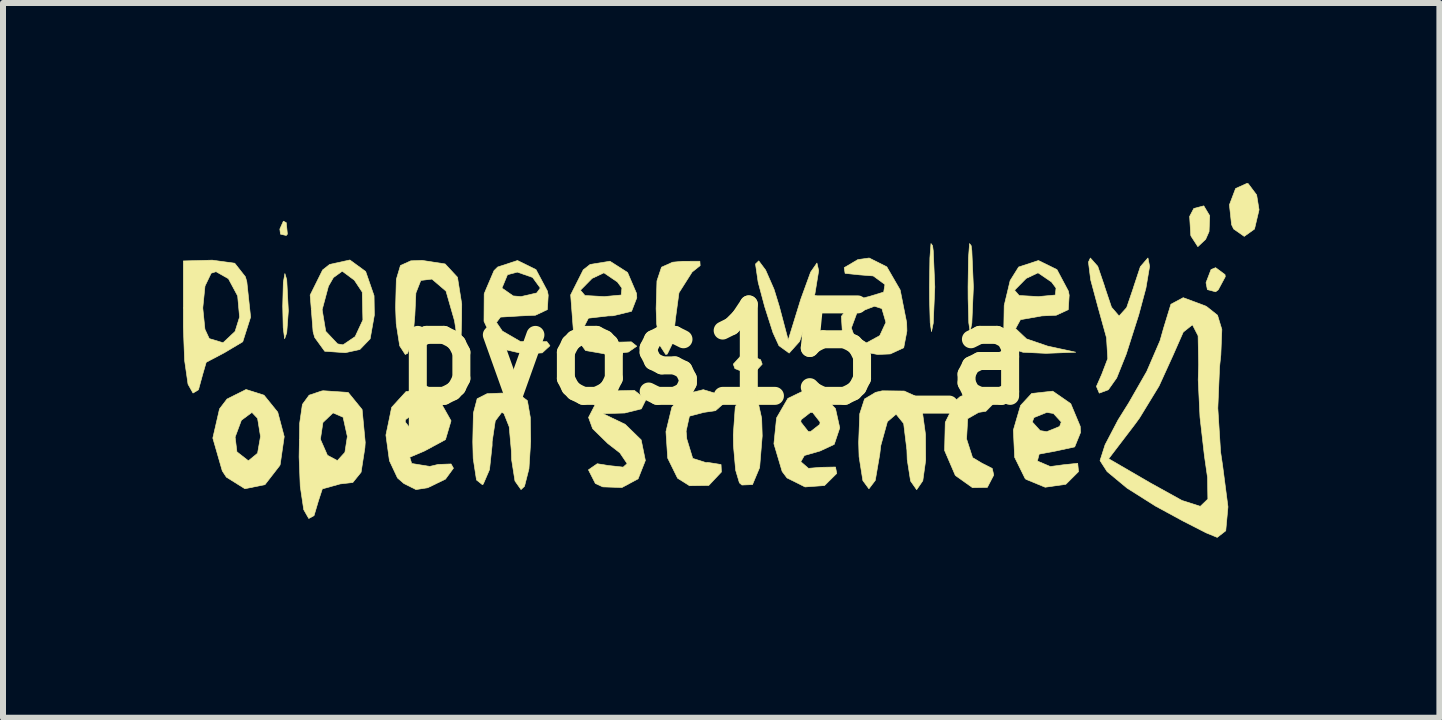
<source format=kicad_pcb>
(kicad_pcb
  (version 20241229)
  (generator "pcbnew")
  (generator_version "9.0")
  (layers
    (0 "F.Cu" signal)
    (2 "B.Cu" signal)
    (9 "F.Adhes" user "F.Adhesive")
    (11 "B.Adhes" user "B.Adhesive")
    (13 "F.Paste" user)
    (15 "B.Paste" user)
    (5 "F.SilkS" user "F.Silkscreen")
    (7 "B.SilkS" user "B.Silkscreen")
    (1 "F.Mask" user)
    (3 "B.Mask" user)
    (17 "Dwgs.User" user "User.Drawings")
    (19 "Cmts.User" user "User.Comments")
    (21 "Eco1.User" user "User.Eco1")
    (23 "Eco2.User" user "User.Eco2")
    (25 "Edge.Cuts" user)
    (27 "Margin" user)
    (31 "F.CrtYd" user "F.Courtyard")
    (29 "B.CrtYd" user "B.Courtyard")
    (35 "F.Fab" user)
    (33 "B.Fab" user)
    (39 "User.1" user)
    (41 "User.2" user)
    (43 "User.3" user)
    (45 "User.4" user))
  (footprint "pvos15_a"
    (layer "F.Cu")
    (at 8.847 2.857)
    (property "Reference" "pvos15_a" (at 0 0 0) (layer "F.SilkS") (effects (font (size 1.524 1.524) (thickness 0.3))))
    (attr through_hole)
    (fp_poly (pts (xy -7.127 -2.197) (xy -7.108 -2.006) (xy -7.127 -1.983) (xy -7.223 -2.005) (xy -7.234 -2.09) (xy -7.175 -2.222) (xy -7.127 -2.197)) (stroke (width 0.01) (type solid)) (fill yes) (layer "F.SilkS"))
    (fp_poly (pts (xy -7.119 -1.246) (xy -7.092 -0.727) (xy -7.119 -0.362) (xy -7.154 -0.262) (xy -7.178 -0.445) (xy -7.186 -0.804) (xy -7.176 -1.201) (xy -7.15 -1.349) (xy -7.119 -1.246)) (stroke (width 0.01) (type solid)) (fill yes) (layer "F.SilkS"))
    (fp_poly (pts (xy 0.777 0.087) (xy 0.804 0.161) (xy 0.674 0.303) (xy 0.563 0.322) (xy 0.349 0.235) (xy 0.322 0.161) (xy 0.452 0.018) (xy 0.563 0) (xy 0.777 0.087)) (stroke (width 0.01) (type solid)) (fill yes) (layer "F.SilkS"))
    (fp_poly (pts (xy 8.516 -1.331) (xy 8.52 -1.296) (xy 8.403 -1.078) (xy 8.359 -1.045) (xy 8.222 -1.081) (xy 8.199 -1.196) (xy 8.283 -1.416) (xy 8.359 -1.447) (xy 8.516 -1.331)) (stroke (width 0.01) (type solid)) (fill yes) (layer "F.SilkS"))
    (fp_poly (pts (xy 8.261 -2.312) (xy 8.25 -2.048) (xy 8.193 -1.919) (xy 8.063 -1.797) (xy 7.951 -1.97) (xy 7.945 -1.985) (xy 7.926 -2.301) (xy 7.995 -2.433) (xy 8.162 -2.477) (xy 8.261 -2.312)) (stroke (width 0.01) (type solid)) (fill yes) (layer "F.SilkS"))
    (fp_poly (pts (xy 3.643 -1.813) (xy 3.654 -1.728) (xy 3.68 -1.125) (xy 3.654 -0.522) (xy 3.625 -0.381) (xy 3.603 -0.528) (xy 3.592 -0.929) (xy 3.591 -1.125) (xy 3.598 -1.608) (xy 3.616 -1.849) (xy 3.643 -1.813)) (stroke (width 0.01) (type solid)) (fill yes) (layer "F.SilkS"))
    (fp_poly (pts (xy 4.286 -1.813) (xy 4.297 -1.728) (xy 4.323 -1.125) (xy 4.297 -0.522) (xy 4.268 -0.381) (xy 4.246 -0.528) (xy 4.235 -0.929) (xy 4.234 -1.125) (xy 4.241 -1.608) (xy 4.259 -1.849) (xy 4.286 -1.813)) (stroke (width 0.01) (type solid)) (fill yes) (layer "F.SilkS"))
    (fp_poly (pts (xy 8.902 -2.847) (xy 9.043 -2.659) (xy 9.083 -2.411) (xy 9.007 -2.09) (xy 8.836 -1.968) (xy 8.66 -2.091) (xy 8.625 -2.163) (xy 8.589 -2.494) (xy 8.692 -2.766) (xy 8.883 -2.852) (xy 8.902 -2.847)) (stroke (width 0.01) (type solid)) (fill yes) (layer "F.SilkS"))
    (fp_poly (pts (xy 0.723 0.739) (xy 0.795 1.064) (xy 0.804 1.357) (xy 0.761 1.884) (xy 0.642 2.168) (xy 0.466 2.175) (xy 0.424 2.139) (xy 0.361 1.928) (xy 0.325 1.52) (xy 0.322 1.34) (xy 0.355 0.873) (xy 0.47 0.666) (xy 0.563 0.643) (xy 0.723 0.739)) (stroke (width 0.01) (type solid)) (fill yes) (layer "F.SilkS"))
    (fp_poly (pts (xy -0.23 -1.481) (xy -0.364 -1.374) (xy -0.583 -1.029) (xy -0.643 -0.585) (xy -0.682 -0.204) (xy -0.778 -0.007) (xy -0.804 0) (xy -0.897 -0.144) (xy -0.955 -0.511) (xy -0.964 -0.764) (xy -0.95 -1.226) (xy -0.874 -1.455) (xy -0.689 -1.538) (xy -0.525 -1.553) (xy -0.235 -1.554) (xy -0.23 -1.481)) (stroke (width 0.01) (type solid)) (fill yes) (layer "F.SilkS"))
    (fp_poly (pts (xy 0.861 -1.406) (xy 1.001 -1.087) (xy 1.088 -0.804) (xy 1.237 -0.241) (xy 1.448 -0.925) (xy 1.611 -1.373) (xy 1.716 -1.524) (xy 1.745 -1.397) (xy 1.683 -1.016) (xy 1.609 -0.728) (xy 1.426 -0.216) (xy 1.253 -0.023) (xy 1.083 -0.146) (xy 0.984 -0.362) (xy 0.846 -0.794) (xy 0.736 -1.206) (xy 0.692 -1.508) (xy 0.746 -1.56) (xy 0.861 -1.406)) (stroke (width 0.01) (type solid)) (fill yes) (layer "F.SilkS"))
    (fp_poly (pts (xy 4.628 0.671) (xy 4.662 0.813) (xy 4.531 0.946) (xy 4.41 0.965) (xy 4.228 1.069) (xy 4.209 1.407) (xy 4.309 1.718) (xy 4.461 1.809) (xy 4.637 1.899) (xy 4.662 2.009) (xy 4.555 2.215) (xy 4.308 2.219) (xy 4.029 2.021) (xy 4.019 2.009) (xy 3.843 1.6) (xy 3.854 1.131) (xy 4.041 0.754) (xy 4.103 0.701) (xy 4.421 0.571) (xy 4.628 0.671)) (stroke (width 0.01) (type solid)) (fill yes) (layer "F.SilkS"))
    (fp_poly (pts (xy 0.089 0.668) (xy 0.161 0.817) (xy 0.026 0.936) (xy -0.171 0.965) (xy -0.409 1.028) (xy -0.464 1.277) (xy -0.453 1.407) (xy -0.354 1.731) (xy -0.132 1.802) (xy -0.104 1.798) (xy 0.118 1.834) (xy 0.124 1.958) (xy -0.087 2.182) (xy -0.407 2.187) (xy -0.606 2.062) (xy -0.771 1.727) (xy -0.8 1.285) (xy -0.702 0.88) (xy -0.522 0.67) (xy -0.177 0.586) (xy 0.089 0.668)) (stroke (width 0.01) (type solid)) (fill yes) (layer "F.SilkS"))
    (fp_poly (pts (xy -4.48 -1.509) (xy -4.274 -1.287) (xy -4.203 -0.841) (xy -4.205 -0.563) (xy -4.225 0.08) (xy -4.323 -0.561) (xy -4.465 -1.056) (xy -4.699 -1.256) (xy -4.702 -1.256) (xy -4.885 -1.234) (xy -4.967 -1.025) (xy -4.984 -0.655) (xy -5.019 -0.248) (xy -5.106 -0.019) (xy -5.144 0) (xy -5.237 -0.144) (xy -5.295 -0.513) (xy -5.305 -0.784) (xy -5.293 -1.252) (xy -5.224 -1.483) (xy -5.051 -1.561) (xy -4.863 -1.568) (xy -4.48 -1.509)) (stroke (width 0.01) (type solid)) (fill yes) (layer "F.SilkS"))
    (fp_poly (pts (xy -1.133 0.751) (xy -1.21 0.906) (xy -1.487 0.975) (xy -1.849 0.986) (xy -1.479 1.164) (xy -1.213 1.423) (xy -1.143 1.766) (xy -1.264 2.072) (xy -1.534 2.217) (xy -1.853 2.206) (xy -1.976 2.15) (xy -2.092 1.922) (xy -1.945 1.82) (xy -1.768 1.849) (xy -1.513 1.877) (xy -1.447 1.818) (xy -1.568 1.639) (xy -1.768 1.484) (xy -2.022 1.236) (xy -2.09 1.049) (xy -1.954 0.785) (xy -1.647 0.606) (xy -1.326 0.598) (xy -1.133 0.751)) (stroke (width 0.01) (type solid)) (fill yes) (layer "F.SilkS"))
    (fp_poly (pts (xy -7.498 0.678) (xy -7.269 0.961) (xy -7.161 1.368) (xy -7.228 1.832) (xy -7.234 1.849) (xy -7.482 2.169) (xy -7.816 2.237) (xy -8.125 2.044) (xy -8.193 1.94) (xy -8.351 1.392) (xy -8.347 1.376) (xy -7.979 1.376) (xy -7.949 1.622) (xy -7.758 1.771) (xy -7.605 1.645) (xy -7.556 1.366) (xy -7.605 1.064) (xy -7.699 0.965) (xy -7.875 1.096) (xy -7.979 1.376) (xy -8.347 1.376) (xy -8.239 0.906) (xy -8.114 0.742) (xy -7.797 0.583) (xy -7.498 0.678)) (stroke (width 0.01) (type solid)) (fill yes) (layer "F.SilkS"))
    (fp_poly (pts (xy 3.171 0.609) (xy 3.368 0.699) (xy 3.471 0.941) (xy 3.525 1.334) (xy 3.528 1.76) (xy 3.48 2.104) (xy 3.379 2.251) (xy 3.376 2.251) (xy 3.276 2.108) (xy 3.22 1.75) (xy 3.215 1.594) (xy 3.161 1.15) (xy 3.035 0.995) (xy 2.89 1.119) (xy 2.78 1.516) (xy 2.763 1.66) (xy 2.688 2.098) (xy 2.582 2.238) (xy 2.481 2.101) (xy 2.418 1.704) (xy 2.411 1.466) (xy 2.429 0.988) (xy 2.509 0.741) (xy 2.693 0.631) (xy 2.805 0.605) (xy 3.171 0.609)) (stroke (width 0.01) (type solid)) (fill yes) (layer "F.SilkS"))
    (fp_poly (pts (xy -3.251 0.661) (xy -3.109 0.769) (xy -3.06 1.05) (xy -3.054 1.447) (xy -3.083 1.905) (xy -3.157 2.196) (xy -3.215 2.251) (xy -3.316 2.108) (xy -3.372 1.752) (xy -3.376 1.608) (xy -3.412 1.205) (xy -3.501 0.981) (xy -3.537 0.965) (xy -3.644 1.106) (xy -3.696 1.452) (xy -3.697 1.518) (xy -3.74 1.918) (xy -3.844 2.159) (xy -3.858 2.17) (xy -3.957 2.091) (xy -4.012 1.732) (xy -4.019 1.456) (xy -4.009 0.977) (xy -3.946 0.737) (xy -3.78 0.653) (xy -3.537 0.643) (xy -3.251 0.661)) (stroke (width 0.01) (type solid)) (fill yes) (layer "F.SilkS"))
    (fp_poly (pts (xy -5.804 -1.383) (xy -5.664 -0.979) (xy -5.659 -0.657) (xy -5.729 -0.261) (xy -5.901 -0.083) (xy -6.143 -0.03) (xy -6.486 -0.054) (xy -6.653 -0.284) (xy -6.68 -0.379) (xy -6.709 -0.746) (xy -6.529 -0.746) (xy -6.469 -0.386) (xy -6.272 -0.177) (xy -6.181 -0.161) (xy -5.979 -0.298) (xy -5.85 -0.576) (xy -5.861 -1.04) (xy -5.992 -1.238) (xy -6.194 -1.388) (xy -6.341 -1.282) (xy -6.424 -1.138) (xy -6.529 -0.746) (xy -6.709 -0.746) (xy -6.729 -0.99) (xy -6.521 -1.409) (xy -6.404 -1.501) (xy -6.067 -1.575) (xy -5.804 -1.383)) (stroke (width 0.01) (type solid)) (fill yes) (layer "F.SilkS"))
    (fp_poly (pts (xy 7.259 -1.469) (xy 7.198 -1.107) (xy 7.078 -0.66) (xy 6.87 -0.007) (xy 6.711 0.39) (xy 6.571 0.588) (xy 6.424 0.643) (xy 6.42 0.643) (xy 6.373 0.532) (xy 6.462 0.33) (xy 6.562 0.068) (xy 6.541 -0.279) (xy 6.398 -0.795) (xy 6.277 -1.245) (xy 6.24 -1.54) (xy 6.272 -1.608) (xy 6.395 -1.469) (xy 6.509 -1.135) (xy 6.511 -1.125) (xy 6.624 -0.788) (xy 6.749 -0.643) (xy 6.752 -0.643) (xy 6.877 -0.782) (xy 6.991 -1.116) (xy 6.993 -1.125) (xy 7.105 -1.463) (xy 7.229 -1.607) (xy 7.232 -1.608) (xy 7.259 -1.469)) (stroke (width 0.01) (type solid)) (fill yes) (layer "F.SilkS"))
    (fp_poly (pts (xy -7.986 -1.521) (xy -7.808 -1.295) (xy -7.784 -1.211) (xy -7.721 -0.623) (xy -7.852 -0.212) (xy -8.159 -0.029) (xy -8.461 0.13) (xy -8.52 0.333) (xy -8.59 0.588) (xy -8.681 0.643) (xy -8.764 0.495) (xy -8.821 0.098) (xy -8.842 -0.458) (xy -8.842 -0.775) (xy -8.518 -0.775) (xy -8.482 -0.42) (xy -8.41 -0.265) (xy -8.18 -0.196) (xy -7.98 -0.384) (xy -7.905 -0.624) (xy -7.937 -0.976) (xy -8.091 -1.263) (xy -8.297 -1.38) (xy -8.378 -1.355) (xy -8.481 -1.141) (xy -8.518 -0.775) (xy -8.842 -0.775) (xy -8.842 -1.559) (xy -8.36 -1.572) (xy -7.986 -1.521)) (stroke (width 0.01) (type solid)) (fill yes) (layer "F.SilkS"))
    (fp_poly (pts (xy -6.095 0.632) (xy -5.863 0.917) (xy -5.811 1.465) (xy -5.817 1.556) (xy -5.88 1.962) (xy -6.018 2.133) (xy -6.229 2.157) (xy -6.526 2.24) (xy -6.591 2.439) (xy -6.664 2.685) (xy -6.752 2.733) (xy -6.836 2.586) (xy -6.894 2.196) (xy -6.913 1.707) (xy -6.908 1.413) (xy -6.558 1.413) (xy -6.441 1.679) (xy -6.275 1.768) (xy -6.15 1.631) (xy -6.109 1.366) (xy -6.18 1.045) (xy -6.348 0.973) (xy -6.516 1.133) (xy -6.558 1.413) (xy -6.908 1.413) (xy -6.904 1.148) (xy -6.858 0.831) (xy -6.746 0.678) (xy -6.54 0.609) (xy -6.512 0.604) (xy -6.095 0.632)) (stroke (width 0.01) (type solid)) (fill yes) (layer "F.SilkS"))
    (fp_poly (pts (xy 1.789 0.654) (xy 2.025 0.902) (xy 2.096 1.223) (xy 2.004 1.498) (xy 1.768 1.608) (xy 1.507 1.683) (xy 1.447 1.787) (xy 1.575 1.897) (xy 1.778 1.88) (xy 2.025 1.875) (xy 2.046 1.982) (xy 1.842 2.184) (xy 1.518 2.207) (xy 1.217 2.057) (xy 1.136 1.949) (xy 0.999 1.488) (xy 1.036 1.125) (xy 1.447 1.125) (xy 1.569 1.281) (xy 1.608 1.286) (xy 1.764 1.164) (xy 1.768 1.125) (xy 1.646 0.969) (xy 1.608 0.965) (xy 1.452 1.087) (xy 1.447 1.125) (xy 1.036 1.125) (xy 1.043 1.057) (xy 1.231 0.732) (xy 1.522 0.591) (xy 1.789 0.654)) (stroke (width 0.01) (type solid)) (fill yes) (layer "F.SilkS"))
    (fp_poly (pts (xy 5.715 -1.415) (xy 5.906 -1.056) (xy 5.919 -0.988) (xy 5.904 -0.747) (xy 5.703 -0.654) (xy 5.464 -0.643) (xy 5.107 -0.58) (xy 5.026 -0.432) (xy 5.208 -0.26) (xy 5.559 -0.14) (xy 6.028 -0.038) (xy 5.533 -0.019) (xy 5.15 -0.037) (xy 4.93 -0.107) (xy 4.829 -0.391) (xy 4.836 -0.817) (xy 4.897 -1.071) (xy 5.009 -1.071) (xy 5.085 -0.983) (xy 5.405 -0.965) (xy 5.688 -0.991) (xy 5.7 -1.107) (xy 5.625 -1.208) (xy 5.4 -1.361) (xy 5.203 -1.268) (xy 5.009 -1.071) (xy 4.897 -1.071) (xy 4.935 -1.231) (xy 5.077 -1.458) (xy 5.407 -1.566) (xy 5.715 -1.415)) (stroke (width 0.01) (type solid)) (fill yes) (layer "F.SilkS"))
    (fp_poly (pts (xy 2.88 -1.461) (xy 3.103 -1.075) (xy 3.211 -0.531) (xy 3.215 -0.391) (xy 3.162 -0.112) (xy 2.938 -0.009) (xy 2.728 0) (xy 2.334 -0.075) (xy 2.148 -0.241) (xy 2.135 -0.442) (xy 2.289 -0.442) (xy 2.336 -0.313) (xy 2.542 -0.194) (xy 2.763 -0.315) (xy 2.865 -0.536) (xy 2.798 -0.765) (xy 2.674 -0.804) (xy 2.382 -0.693) (xy 2.289 -0.442) (xy 2.135 -0.442) (xy 2.123 -0.636) (xy 2.334 -0.904) (xy 2.581 -0.965) (xy 2.828 -1.04) (xy 2.849 -1.166) (xy 2.654 -1.309) (xy 2.425 -1.327) (xy 2.185 -1.352) (xy 2.17 -1.447) (xy 2.397 -1.581) (xy 2.586 -1.608) (xy 2.88 -1.461)) (stroke (width 0.01) (type solid)) (fill yes) (layer "F.SilkS"))
    (fp_poly (pts (xy 5.945 0.819) (xy 6.103 1.197) (xy 6.109 1.298) (xy 6.011 1.54) (xy 5.697 1.608) (xy 5.419 1.66) (xy 5.389 1.775) (xy 5.605 1.867) (xy 5.82 1.838) (xy 6.061 1.813) (xy 6.075 1.952) (xy 5.863 2.163) (xy 5.519 2.212) (xy 5.199 2.08) (xy 5.183 2.064) (xy 5.01 1.713) (xy 4.989 1.26) (xy 5.028 1.125) (xy 5.305 1.125) (xy 5.435 1.268) (xy 5.546 1.286) (xy 5.76 1.199) (xy 5.787 1.125) (xy 5.657 0.983) (xy 5.546 0.965) (xy 5.332 1.051) (xy 5.305 1.125) (xy 5.028 1.125) (xy 5.109 0.849) (xy 5.294 0.649) (xy 5.645 0.611) (xy 5.945 0.819)) (stroke (width 0.01) (type solid)) (fill yes) (layer "F.SilkS"))
    (fp_poly (pts (xy -4.585 0.743) (xy -4.381 1.105) (xy -4.474 1.419) (xy -4.822 1.607) (xy -5.069 1.712) (xy -5.037 1.816) (xy -4.737 1.865) (xy -4.596 1.832) (xy -4.381 1.824) (xy -4.341 1.895) (xy -4.474 2.077) (xy -4.769 2.22) (xy -4.965 2.251) (xy -5.166 2.151) (xy -5.273 2.058) (xy -5.408 1.77) (xy -5.466 1.347) (xy -5.466 1.34) (xy -5.421 1.125) (xy -5.144 1.125) (xy -5.022 1.281) (xy -4.984 1.286) (xy -4.827 1.164) (xy -4.823 1.125) (xy -4.945 0.969) (xy -4.984 0.965) (xy -5.14 1.087) (xy -5.144 1.125) (xy -5.421 1.125) (xy -5.371 0.881) (xy -5.13 0.617) (xy -4.813 0.594) (xy -4.585 0.743)) (stroke (width 0.01) (type solid)) (fill yes) (layer "F.SilkS"))
    (fp_poly (pts (xy -2.966 -1.415) (xy -2.775 -1.056) (xy -2.762 -0.988) (xy -2.776 -0.748) (xy -2.975 -0.654) (xy -3.224 -0.643) (xy -3.558 -0.623) (xy -3.624 -0.534) (xy -3.527 -0.391) (xy -3.225 -0.216) (xy -3.025 -0.215) (xy -2.785 -0.215) (xy -2.733 -0.146) (xy -2.862 -0.027) (xy -3.158 -0.008) (xy -3.484 -0.082) (xy -3.665 -0.193) (xy -3.832 -0.553) (xy -3.829 -1.011) (xy -3.789 -1.107) (xy -3.533 -1.107) (xy -3.345 -0.976) (xy -3.215 -0.965) (xy -2.954 -1.025) (xy -2.894 -1.108) (xy -3.022 -1.284) (xy -3.277 -1.373) (xy -3.441 -1.329) (xy -3.533 -1.107) (xy -3.789 -1.107) (xy -3.665 -1.397) (xy -3.604 -1.458) (xy -3.274 -1.566) (xy -2.966 -1.415)) (stroke (width 0.01) (type solid)) (fill yes) (layer "F.SilkS"))
    (fp_poly (pts (xy -1.44 -1.367) (xy -1.29 -1.017) (xy -1.286 -0.945) (xy -1.373 -0.72) (xy -1.681 -0.645) (xy -1.763 -0.643) (xy -2.092 -0.605) (xy -2.165 -0.463) (xy -2.142 -0.388) (xy -1.917 -0.199) (xy -1.665 -0.204) (xy -1.377 -0.211) (xy -1.286 -0.138) (xy -1.426 -0.041) (xy -1.762 -0.000003) (xy -1.765 0) (xy -2.14 -0.066) (xy -2.32 -0.311) (xy -2.342 -0.389) (xy -2.388 -0.993) (xy -2.349 -1.071) (xy -2.225 -1.071) (xy -2.15 -0.983) (xy -1.829 -0.965) (xy -1.546 -0.991) (xy -1.534 -1.107) (xy -1.609 -1.208) (xy -1.834 -1.361) (xy -2.031 -1.268) (xy -2.225 -1.071) (xy -2.349 -1.071) (xy -2.178 -1.411) (xy -2.063 -1.501) (xy -1.733 -1.554) (xy -1.44 -1.367)) (stroke (width 0.01) (type solid)) (fill yes) (layer "F.SilkS"))
    (fp_poly (pts (xy 8.185 -0.811) (xy 8.21 -0.798) (xy 8.391 -0.654) (xy 8.463 -0.417) (xy 8.446 0.008) (xy 8.425 0.207) (xy 8.396 0.895) (xy 8.442 1.624) (xy 8.476 1.854) (xy 8.565 2.539) (xy 8.528 2.938) (xy 8.386 3.048) (xy 8.201 2.972) (xy 7.821 2.778) (xy 7.357 2.526) (xy 6.884 2.227) (xy 6.551 1.951) (xy 6.433 1.768) (xy 6.443 1.737) (xy 6.577 1.737) (xy 7.267 2.138) (xy 7.798 2.432) (xy 8.104 2.53) (xy 8.23 2.409) (xy 8.224 2.047) (xy 8.172 1.685) (xy 8.099 1.047) (xy 8.069 0.423) (xy 8.076 0.166) (xy 8.067 -0.312) (xy 7.973 -0.495) (xy 7.82 -0.373) (xy 7.649 0.015) (xy 7.416 0.526) (xy 7.09 1.06) (xy 7.014 1.164) (xy 6.577 1.737) (xy 6.443 1.737) (xy 6.517 1.505) (xy 6.733 1.092) (xy 6.913 0.804) (xy 7.212 0.282) (xy 7.433 -0.23) (xy 7.493 -0.442) (xy 7.614 -0.837) (xy 7.819 -0.947) (xy 8.185 -0.811)) (stroke (width 0.01) (type solid)) (fill yes) (layer "F.SilkS")))
  (gr_rect
    (start -3 -3)
    (end 20.935 8.91)
    (stroke (width 0.1) (type default))
    (fill no)
    (layer "Edge.Cuts")))
</source>
